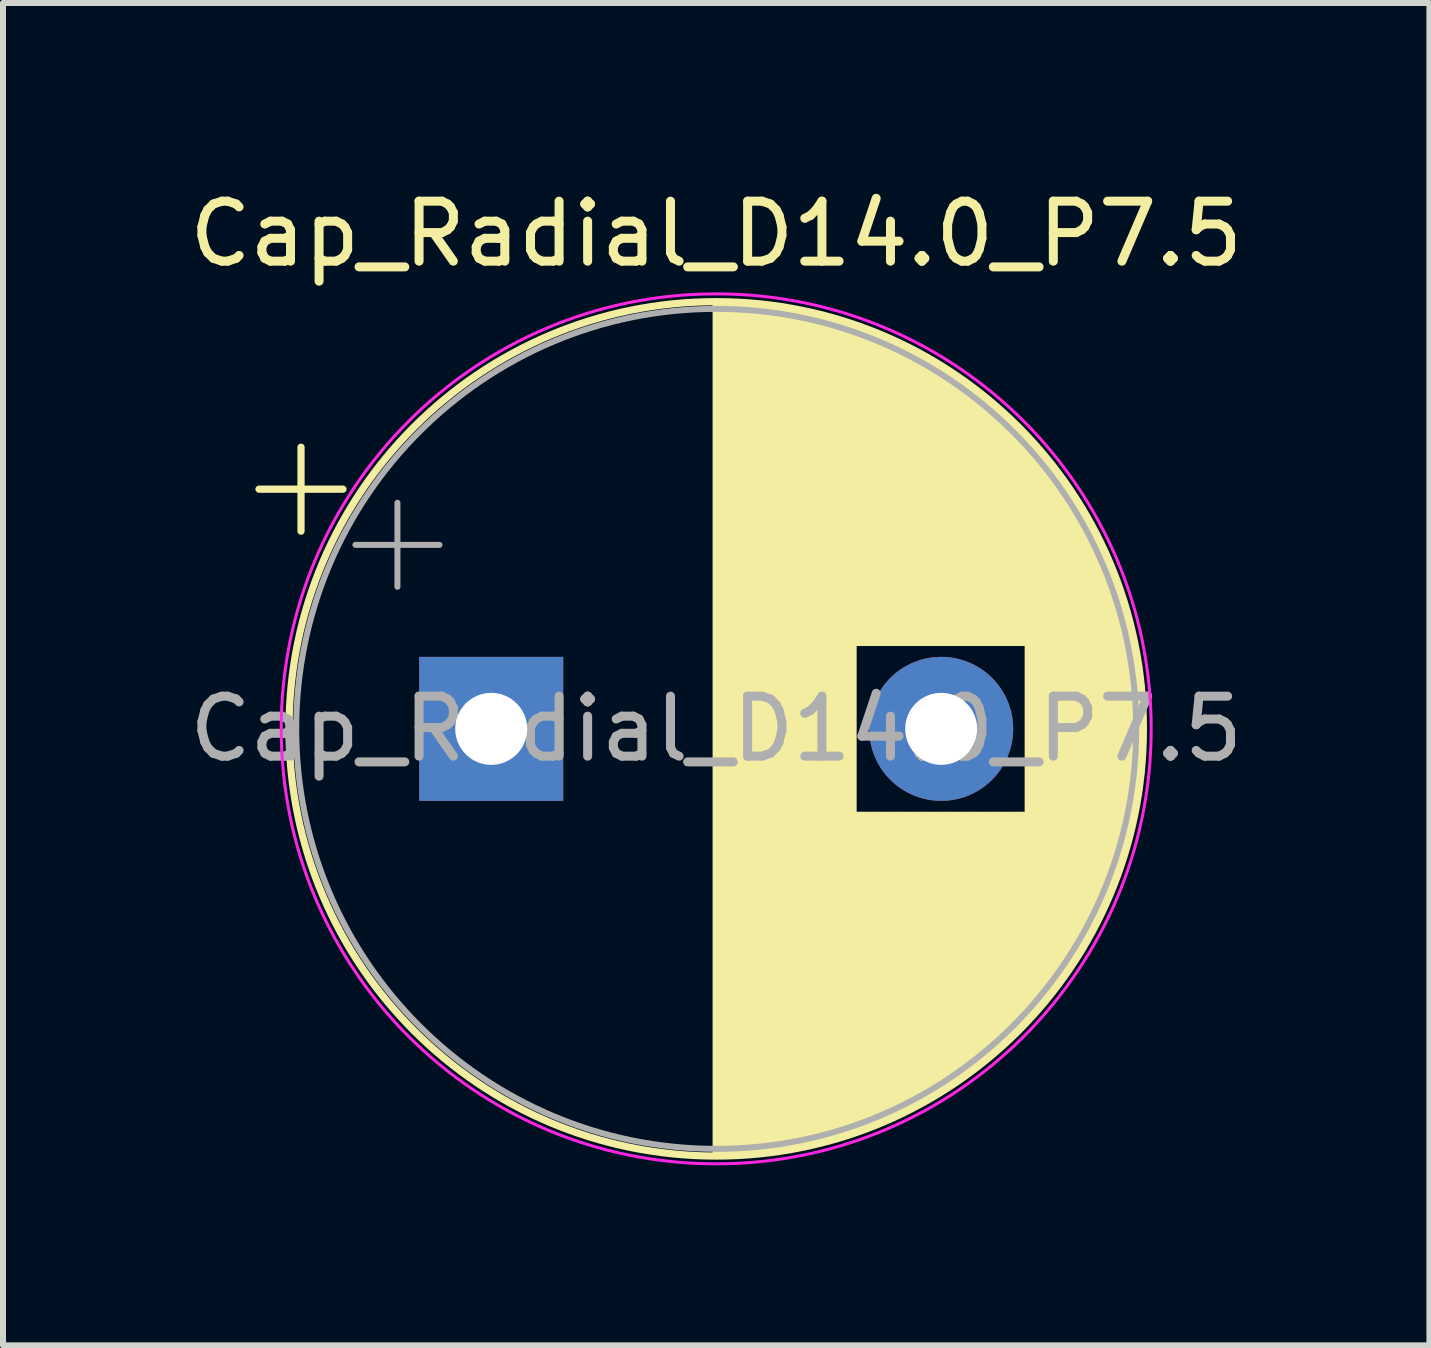
<source format=kicad_pcb>
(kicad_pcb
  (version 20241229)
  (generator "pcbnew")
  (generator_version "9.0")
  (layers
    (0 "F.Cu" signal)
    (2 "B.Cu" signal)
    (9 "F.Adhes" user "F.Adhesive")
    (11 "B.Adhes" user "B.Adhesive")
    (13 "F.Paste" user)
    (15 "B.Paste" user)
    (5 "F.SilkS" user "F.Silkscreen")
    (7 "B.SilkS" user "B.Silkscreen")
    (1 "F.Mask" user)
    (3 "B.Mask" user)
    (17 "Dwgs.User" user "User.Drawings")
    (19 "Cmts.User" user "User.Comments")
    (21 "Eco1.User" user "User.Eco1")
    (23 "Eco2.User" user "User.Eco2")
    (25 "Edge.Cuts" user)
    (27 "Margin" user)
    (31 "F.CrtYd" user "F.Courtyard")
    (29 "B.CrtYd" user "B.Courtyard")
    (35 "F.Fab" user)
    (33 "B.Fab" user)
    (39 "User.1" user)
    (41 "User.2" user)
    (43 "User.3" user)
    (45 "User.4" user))
  (footprint "Cap_Radial_D14.0_P7.5"
    (layer "F.Cu")
    (at 5.137 9.098)
    (property "Reference" "Cap_Radial_D14.0_P7.5" (at 3.75 -8.25 0) (layer "F.SilkS") (effects (font (size 1 1) (thickness 0.15))))
    (fp_line (start -3.87 -3.995) (end -2.47 -3.995) (stroke (width 0.12) (type solid)) (layer "F.SilkS"))
    (fp_line (start -3.17 -4.695) (end -3.17 -3.295) (stroke (width 0.12) (type solid)) (layer "F.SilkS"))
    (fp_line (start 3.75 -7.08) (end 3.75 7.08) (stroke (width 0.12) (type solid)) (layer "F.SilkS"))
    (fp_line (start 3.79 -7.08) (end 3.79 7.08) (stroke (width 0.12) (type solid)) (layer "F.SilkS"))
    (fp_line (start 3.83 -7.08) (end 3.83 7.08) (stroke (width 0.12) (type solid)) (layer "F.SilkS"))
    (fp_line (start 3.87 -7.079) (end 3.87 7.079) (stroke (width 0.12) (type solid)) (layer "F.SilkS"))
    (fp_line (start 3.91 -7.079) (end 3.91 7.079) (stroke (width 0.12) (type solid)) (layer "F.SilkS"))
    (fp_line (start 3.95 -7.078) (end 3.95 7.078) (stroke (width 0.12) (type solid)) (layer "F.SilkS"))
    (fp_line (start 3.99 -7.076) (end 3.99 7.076) (stroke (width 0.12) (type solid)) (layer "F.SilkS"))
    (fp_line (start 4.03 -7.075) (end 4.03 7.075) (stroke (width 0.12) (type solid)) (layer "F.SilkS"))
    (fp_line (start 4.07 -7.073) (end 4.07 7.073) (stroke (width 0.12) (type solid)) (layer "F.SilkS"))
    (fp_line (start 4.11 -7.071) (end 4.11 7.071) (stroke (width 0.12) (type solid)) (layer "F.SilkS"))
    (fp_line (start 4.15 -7.069) (end 4.15 7.069) (stroke (width 0.12) (type solid)) (layer "F.SilkS"))
    (fp_line (start 4.19 -7.067) (end 4.19 7.067) (stroke (width 0.12) (type solid)) (layer "F.SilkS"))
    (fp_line (start 4.23 -7.064) (end 4.23 7.064) (stroke (width 0.12) (type solid)) (layer "F.SilkS"))
    (fp_line (start 4.27 -7.061) (end 4.27 7.061) (stroke (width 0.12) (type solid)) (layer "F.SilkS"))
    (fp_line (start 4.31 -7.058) (end 4.31 7.058) (stroke (width 0.12) (type solid)) (layer "F.SilkS"))
    (fp_line (start 4.35 -7.055) (end 4.35 7.055) (stroke (width 0.12) (type solid)) (layer "F.SilkS"))
    (fp_line (start 4.39 -7.052) (end 4.39 7.052) (stroke (width 0.12) (type solid)) (layer "F.SilkS"))
    (fp_line (start 4.43 -7.048) (end 4.43 7.048) (stroke (width 0.12) (type solid)) (layer "F.SilkS"))
    (fp_line (start 4.471 -7.044) (end 4.471 7.044) (stroke (width 0.12) (type solid)) (layer "F.SilkS"))
    (fp_line (start 4.511 -7.04) (end 4.511 7.04) (stroke (width 0.12) (type solid)) (layer "F.SilkS"))
    (fp_line (start 4.551 -7.035) (end 4.551 7.035) (stroke (width 0.12) (type solid)) (layer "F.SilkS"))
    (fp_line (start 4.591 -7.031) (end 4.591 7.031) (stroke (width 0.12) (type solid)) (layer "F.SilkS"))
    (fp_line (start 4.631 -7.026) (end 4.631 7.026) (stroke (width 0.12) (type solid)) (layer "F.SilkS"))
    (fp_line (start 4.671 -7.021) (end 4.671 7.021) (stroke (width 0.12) (type solid)) (layer "F.SilkS"))
    (fp_line (start 4.711 -7.015) (end 4.711 7.015) (stroke (width 0.12) (type solid)) (layer "F.SilkS"))
    (fp_line (start 4.751 -7.01) (end 4.751 7.01) (stroke (width 0.12) (type solid)) (layer "F.SilkS"))
    (fp_line (start 4.791 -7.004) (end 4.791 7.004) (stroke (width 0.12) (type solid)) (layer "F.SilkS"))
    (fp_line (start 4.831 -6.998) (end 4.831 6.998) (stroke (width 0.12) (type solid)) (layer "F.SilkS"))
    (fp_line (start 4.871 -6.992) (end 4.871 6.992) (stroke (width 0.12) (type solid)) (layer "F.SilkS"))
    (fp_line (start 4.911 -6.985) (end 4.911 6.985) (stroke (width 0.12) (type solid)) (layer "F.SilkS"))
    (fp_line (start 4.951 -6.979) (end 4.951 6.979) (stroke (width 0.12) (type solid)) (layer "F.SilkS"))
    (fp_line (start 4.991 -6.972) (end 4.991 6.972) (stroke (width 0.12) (type solid)) (layer "F.SilkS"))
    (fp_line (start 5.031 -6.964) (end 5.031 6.964) (stroke (width 0.12) (type solid)) (layer "F.SilkS"))
    (fp_line (start 5.071 -6.957) (end 5.071 6.957) (stroke (width 0.12) (type solid)) (layer "F.SilkS"))
    (fp_line (start 5.111 -6.949) (end 5.111 6.949) (stroke (width 0.12) (type solid)) (layer "F.SilkS"))
    (fp_line (start 5.151 -6.942) (end 5.151 6.942) (stroke (width 0.12) (type solid)) (layer "F.SilkS"))
    (fp_line (start 5.191 -6.933) (end 5.191 6.933) (stroke (width 0.12) (type solid)) (layer "F.SilkS"))
    (fp_line (start 5.231 -6.925) (end 5.231 6.925) (stroke (width 0.12) (type solid)) (layer "F.SilkS"))
    (fp_line (start 5.271 -6.916) (end 5.271 6.916) (stroke (width 0.12) (type solid)) (layer "F.SilkS"))
    (fp_line (start 5.311 -6.907) (end 5.311 6.907) (stroke (width 0.12) (type solid)) (layer "F.SilkS"))
    (fp_line (start 5.351 -6.898) (end 5.351 6.898) (stroke (width 0.12) (type solid)) (layer "F.SilkS"))
    (fp_line (start 5.391 -6.889) (end 5.391 6.889) (stroke (width 0.12) (type solid)) (layer "F.SilkS"))
    (fp_line (start 5.431 -6.879) (end 5.431 6.879) (stroke (width 0.12) (type solid)) (layer "F.SilkS"))
    (fp_line (start 5.471 -6.87) (end 5.471 6.87) (stroke (width 0.12) (type solid)) (layer "F.SilkS"))
    (fp_line (start 5.511 -6.86) (end 5.511 6.86) (stroke (width 0.12) (type solid)) (layer "F.SilkS"))
    (fp_line (start 5.551 -6.849) (end 5.551 6.849) (stroke (width 0.12) (type solid)) (layer "F.SilkS"))
    (fp_line (start 5.591 -6.839) (end 5.591 6.839) (stroke (width 0.12) (type solid)) (layer "F.SilkS"))
    (fp_line (start 5.631 -6.828) (end 5.631 6.828) (stroke (width 0.12) (type solid)) (layer "F.SilkS"))
    (fp_line (start 5.671 -6.817) (end 5.671 6.817) (stroke (width 0.12) (type solid)) (layer "F.SilkS"))
    (fp_line (start 5.711 -6.805) (end 5.711 6.805) (stroke (width 0.12) (type solid)) (layer "F.SilkS"))
    (fp_line (start 5.751 -6.794) (end 5.751 6.794) (stroke (width 0.12) (type solid)) (layer "F.SilkS"))
    (fp_line (start 5.791 -6.782) (end 5.791 6.782) (stroke (width 0.12) (type solid)) (layer "F.SilkS"))
    (fp_line (start 5.831 -6.77) (end 5.831 6.77) (stroke (width 0.12) (type solid)) (layer "F.SilkS"))
    (fp_line (start 5.871 -6.758) (end 5.871 6.758) (stroke (width 0.12) (type solid)) (layer "F.SilkS"))
    (fp_line (start 5.911 -6.745) (end 5.911 6.745) (stroke (width 0.12) (type solid)) (layer "F.SilkS"))
    (fp_line (start 5.951 -6.732) (end 5.951 6.732) (stroke (width 0.12) (type solid)) (layer "F.SilkS"))
    (fp_line (start 5.991 -6.719) (end 5.991 6.719) (stroke (width 0.12) (type solid)) (layer "F.SilkS"))
    (fp_line (start 6.031 -6.706) (end 6.031 6.706) (stroke (width 0.12) (type solid)) (layer "F.SilkS"))
    (fp_line (start 6.071 -6.692) (end 6.071 -1.44) (stroke (width 0.12) (type solid)) (layer "F.SilkS"))
    (fp_line (start 6.071 1.44) (end 6.071 6.692) (stroke (width 0.12) (type solid)) (layer "F.SilkS"))
    (fp_line (start 6.111 -6.678) (end 6.111 -1.44) (stroke (width 0.12) (type solid)) (layer "F.SilkS"))
    (fp_line (start 6.111 1.44) (end 6.111 6.678) (stroke (width 0.12) (type solid)) (layer "F.SilkS"))
    (fp_line (start 6.151 -6.664) (end 6.151 -1.44) (stroke (width 0.12) (type solid)) (layer "F.SilkS"))
    (fp_line (start 6.151 1.44) (end 6.151 6.664) (stroke (width 0.12) (type solid)) (layer "F.SilkS"))
    (fp_line (start 6.191 -6.649) (end 6.191 -1.44) (stroke (width 0.12) (type solid)) (layer "F.SilkS"))
    (fp_line (start 6.191 1.44) (end 6.191 6.649) (stroke (width 0.12) (type solid)) (layer "F.SilkS"))
    (fp_line (start 6.231 -6.635) (end 6.231 -1.44) (stroke (width 0.12) (type solid)) (layer "F.SilkS"))
    (fp_line (start 6.231 1.44) (end 6.231 6.635) (stroke (width 0.12) (type solid)) (layer "F.SilkS"))
    (fp_line (start 6.271 -6.62) (end 6.271 -1.44) (stroke (width 0.12) (type solid)) (layer "F.SilkS"))
    (fp_line (start 6.271 1.44) (end 6.271 6.62) (stroke (width 0.12) (type solid)) (layer "F.SilkS"))
    (fp_line (start 6.311 -6.604) (end 6.311 -1.44) (stroke (width 0.12) (type solid)) (layer "F.SilkS"))
    (fp_line (start 6.311 1.44) (end 6.311 6.604) (stroke (width 0.12) (type solid)) (layer "F.SilkS"))
    (fp_line (start 6.351 -6.589) (end 6.351 -1.44) (stroke (width 0.12) (type solid)) (layer "F.SilkS"))
    (fp_line (start 6.351 1.44) (end 6.351 6.589) (stroke (width 0.12) (type solid)) (layer "F.SilkS"))
    (fp_line (start 6.391 -6.573) (end 6.391 -1.44) (stroke (width 0.12) (type solid)) (layer "F.SilkS"))
    (fp_line (start 6.391 1.44) (end 6.391 6.573) (stroke (width 0.12) (type solid)) (layer "F.SilkS"))
    (fp_line (start 6.431 -6.557) (end 6.431 -1.44) (stroke (width 0.12) (type solid)) (layer "F.SilkS"))
    (fp_line (start 6.431 1.44) (end 6.431 6.557) (stroke (width 0.12) (type solid)) (layer "F.SilkS"))
    (fp_line (start 6.471 -6.54) (end 6.471 -1.44) (stroke (width 0.12) (type solid)) (layer "F.SilkS"))
    (fp_line (start 6.471 1.44) (end 6.471 6.54) (stroke (width 0.12) (type solid)) (layer "F.SilkS"))
    (fp_line (start 6.511 -6.524) (end 6.511 -1.44) (stroke (width 0.12) (type solid)) (layer "F.SilkS"))
    (fp_line (start 6.511 1.44) (end 6.511 6.524) (stroke (width 0.12) (type solid)) (layer "F.SilkS"))
    (fp_line (start 6.551 -6.507) (end 6.551 -1.44) (stroke (width 0.12) (type solid)) (layer "F.SilkS"))
    (fp_line (start 6.551 1.44) (end 6.551 6.507) (stroke (width 0.12) (type solid)) (layer "F.SilkS"))
    (fp_line (start 6.591 -6.49) (end 6.591 -1.44) (stroke (width 0.12) (type solid)) (layer "F.SilkS"))
    (fp_line (start 6.591 1.44) (end 6.591 6.49) (stroke (width 0.12) (type solid)) (layer "F.SilkS"))
    (fp_line (start 6.631 -6.472) (end 6.631 -1.44) (stroke (width 0.12) (type solid)) (layer "F.SilkS"))
    (fp_line (start 6.631 1.44) (end 6.631 6.472) (stroke (width 0.12) (type solid)) (layer "F.SilkS"))
    (fp_line (start 6.671 -6.454) (end 6.671 -1.44) (stroke (width 0.12) (type solid)) (layer "F.SilkS"))
    (fp_line (start 6.671 1.44) (end 6.671 6.454) (stroke (width 0.12) (type solid)) (layer "F.SilkS"))
    (fp_line (start 6.711 -6.436) (end 6.711 -1.44) (stroke (width 0.12) (type solid)) (layer "F.SilkS"))
    (fp_line (start 6.711 1.44) (end 6.711 6.436) (stroke (width 0.12) (type solid)) (layer "F.SilkS"))
    (fp_line (start 6.751 -6.418) (end 6.751 -1.44) (stroke (width 0.12) (type solid)) (layer "F.SilkS"))
    (fp_line (start 6.751 1.44) (end 6.751 6.418) (stroke (width 0.12) (type solid)) (layer "F.SilkS"))
    (fp_line (start 6.791 -6.399) (end 6.791 -1.44) (stroke (width 0.12) (type solid)) (layer "F.SilkS"))
    (fp_line (start 6.791 1.44) (end 6.791 6.399) (stroke (width 0.12) (type solid)) (layer "F.SilkS"))
    (fp_line (start 6.831 -6.38) (end 6.831 -1.44) (stroke (width 0.12) (type solid)) (layer "F.SilkS"))
    (fp_line (start 6.831 1.44) (end 6.831 6.38) (stroke (width 0.12) (type solid)) (layer "F.SilkS"))
    (fp_line (start 6.871 -6.36) (end 6.871 -1.44) (stroke (width 0.12) (type solid)) (layer "F.SilkS"))
    (fp_line (start 6.871 1.44) (end 6.871 6.36) (stroke (width 0.12) (type solid)) (layer "F.SilkS"))
    (fp_line (start 6.911 -6.341) (end 6.911 -1.44) (stroke (width 0.12) (type solid)) (layer "F.SilkS"))
    (fp_line (start 6.911 1.44) (end 6.911 6.341) (stroke (width 0.12) (type solid)) (layer "F.SilkS"))
    (fp_line (start 6.951 -6.321) (end 6.951 -1.44) (stroke (width 0.12) (type solid)) (layer "F.SilkS"))
    (fp_line (start 6.951 1.44) (end 6.951 6.321) (stroke (width 0.12) (type solid)) (layer "F.SilkS"))
    (fp_line (start 6.991 -6.301) (end 6.991 -1.44) (stroke (width 0.12) (type solid)) (layer "F.SilkS"))
    (fp_line (start 6.991 1.44) (end 6.991 6.301) (stroke (width 0.12) (type solid)) (layer "F.SilkS"))
    (fp_line (start 7.031 -6.28) (end 7.031 -1.44) (stroke (width 0.12) (type solid)) (layer "F.SilkS"))
    (fp_line (start 7.031 1.44) (end 7.031 6.28) (stroke (width 0.12) (type solid)) (layer "F.SilkS"))
    (fp_line (start 7.071 -6.259) (end 7.071 -1.44) (stroke (width 0.12) (type solid)) (layer "F.SilkS"))
    (fp_line (start 7.071 1.44) (end 7.071 6.259) (stroke (width 0.12) (type solid)) (layer "F.SilkS"))
    (fp_line (start 7.111 -6.238) (end 7.111 -1.44) (stroke (width 0.12) (type solid)) (layer "F.SilkS"))
    (fp_line (start 7.111 1.44) (end 7.111 6.238) (stroke (width 0.12) (type solid)) (layer "F.SilkS"))
    (fp_line (start 7.151 -6.216) (end 7.151 -1.44) (stroke (width 0.12) (type solid)) (layer "F.SilkS"))
    (fp_line (start 7.151 1.44) (end 7.151 6.216) (stroke (width 0.12) (type solid)) (layer "F.SilkS"))
    (fp_line (start 7.191 -6.194) (end 7.191 -1.44) (stroke (width 0.12) (type solid)) (layer "F.SilkS"))
    (fp_line (start 7.191 1.44) (end 7.191 6.194) (stroke (width 0.12) (type solid)) (layer "F.SilkS"))
    (fp_line (start 7.231 -6.172) (end 7.231 -1.44) (stroke (width 0.12) (type solid)) (layer "F.SilkS"))
    (fp_line (start 7.231 1.44) (end 7.231 6.172) (stroke (width 0.12) (type solid)) (layer "F.SilkS"))
    (fp_line (start 7.271 -6.15) (end 7.271 -1.44) (stroke (width 0.12) (type solid)) (layer "F.SilkS"))
    (fp_line (start 7.271 1.44) (end 7.271 6.15) (stroke (width 0.12) (type solid)) (layer "F.SilkS"))
    (fp_line (start 7.311 -6.127) (end 7.311 -1.44) (stroke (width 0.12) (type solid)) (layer "F.SilkS"))
    (fp_line (start 7.311 1.44) (end 7.311 6.127) (stroke (width 0.12) (type solid)) (layer "F.SilkS"))
    (fp_line (start 7.351 -6.103) (end 7.351 -1.44) (stroke (width 0.12) (type solid)) (layer "F.SilkS"))
    (fp_line (start 7.351 1.44) (end 7.351 6.103) (stroke (width 0.12) (type solid)) (layer "F.SilkS"))
    (fp_line (start 7.391 -6.08) (end 7.391 -1.44) (stroke (width 0.12) (type solid)) (layer "F.SilkS"))
    (fp_line (start 7.391 1.44) (end 7.391 6.08) (stroke (width 0.12) (type solid)) (layer "F.SilkS"))
    (fp_line (start 7.431 -6.056) (end 7.431 -1.44) (stroke (width 0.12) (type solid)) (layer "F.SilkS"))
    (fp_line (start 7.431 1.44) (end 7.431 6.056) (stroke (width 0.12) (type solid)) (layer "F.SilkS"))
    (fp_line (start 7.471 -6.031) (end 7.471 -1.44) (stroke (width 0.12) (type solid)) (layer "F.SilkS"))
    (fp_line (start 7.471 1.44) (end 7.471 6.031) (stroke (width 0.12) (type solid)) (layer "F.SilkS"))
    (fp_line (start 7.511 -6.007) (end 7.511 -1.44) (stroke (width 0.12) (type solid)) (layer "F.SilkS"))
    (fp_line (start 7.511 1.44) (end 7.511 6.007) (stroke (width 0.12) (type solid)) (layer "F.SilkS"))
    (fp_line (start 7.551 -5.982) (end 7.551 -1.44) (stroke (width 0.12) (type solid)) (layer "F.SilkS"))
    (fp_line (start 7.551 1.44) (end 7.551 5.982) (stroke (width 0.12) (type solid)) (layer "F.SilkS"))
    (fp_line (start 7.591 -5.956) (end 7.591 -1.44) (stroke (width 0.12) (type solid)) (layer "F.SilkS"))
    (fp_line (start 7.591 1.44) (end 7.591 5.956) (stroke (width 0.12) (type solid)) (layer "F.SilkS"))
    (fp_line (start 7.631 -5.93) (end 7.631 -1.44) (stroke (width 0.12) (type solid)) (layer "F.SilkS"))
    (fp_line (start 7.631 1.44) (end 7.631 5.93) (stroke (width 0.12) (type solid)) (layer "F.SilkS"))
    (fp_line (start 7.671 -5.904) (end 7.671 -1.44) (stroke (width 0.12) (type solid)) (layer "F.SilkS"))
    (fp_line (start 7.671 1.44) (end 7.671 5.904) (stroke (width 0.12) (type solid)) (layer "F.SilkS"))
    (fp_line (start 7.711 -5.878) (end 7.711 -1.44) (stroke (width 0.12) (type solid)) (layer "F.SilkS"))
    (fp_line (start 7.711 1.44) (end 7.711 5.878) (stroke (width 0.12) (type solid)) (layer "F.SilkS"))
    (fp_line (start 7.751 -5.851) (end 7.751 -1.44) (stroke (width 0.12) (type solid)) (layer "F.SilkS"))
    (fp_line (start 7.751 1.44) (end 7.751 5.851) (stroke (width 0.12) (type solid)) (layer "F.SilkS"))
    (fp_line (start 7.791 -5.823) (end 7.791 -1.44) (stroke (width 0.12) (type solid)) (layer "F.SilkS"))
    (fp_line (start 7.791 1.44) (end 7.791 5.823) (stroke (width 0.12) (type solid)) (layer "F.SilkS"))
    (fp_line (start 7.831 -5.796) (end 7.831 -1.44) (stroke (width 0.12) (type solid)) (layer "F.SilkS"))
    (fp_line (start 7.831 1.44) (end 7.831 5.796) (stroke (width 0.12) (type solid)) (layer "F.SilkS"))
    (fp_line (start 7.871 -5.767) (end 7.871 -1.44) (stroke (width 0.12) (type solid)) (layer "F.SilkS"))
    (fp_line (start 7.871 1.44) (end 7.871 5.767) (stroke (width 0.12) (type solid)) (layer "F.SilkS"))
    (fp_line (start 7.911 -5.739) (end 7.911 -1.44) (stroke (width 0.12) (type solid)) (layer "F.SilkS"))
    (fp_line (start 7.911 1.44) (end 7.911 5.739) (stroke (width 0.12) (type solid)) (layer "F.SilkS"))
    (fp_line (start 7.951 -5.71) (end 7.951 -1.44) (stroke (width 0.12) (type solid)) (layer "F.SilkS"))
    (fp_line (start 7.951 1.44) (end 7.951 5.71) (stroke (width 0.12) (type solid)) (layer "F.SilkS"))
    (fp_line (start 7.991 -5.68) (end 7.991 -1.44) (stroke (width 0.12) (type solid)) (layer "F.SilkS"))
    (fp_line (start 7.991 1.44) (end 7.991 5.68) (stroke (width 0.12) (type solid)) (layer "F.SilkS"))
    (fp_line (start 8.031 -5.65) (end 8.031 -1.44) (stroke (width 0.12) (type solid)) (layer "F.SilkS"))
    (fp_line (start 8.031 1.44) (end 8.031 5.65) (stroke (width 0.12) (type solid)) (layer "F.SilkS"))
    (fp_line (start 8.071 -5.62) (end 8.071 -1.44) (stroke (width 0.12) (type solid)) (layer "F.SilkS"))
    (fp_line (start 8.071 1.44) (end 8.071 5.62) (stroke (width 0.12) (type solid)) (layer "F.SilkS"))
    (fp_line (start 8.111 -5.589) (end 8.111 -1.44) (stroke (width 0.12) (type solid)) (layer "F.SilkS"))
    (fp_line (start 8.111 1.44) (end 8.111 5.589) (stroke (width 0.12) (type solid)) (layer "F.SilkS"))
    (fp_line (start 8.151 -5.558) (end 8.151 -1.44) (stroke (width 0.12) (type solid)) (layer "F.SilkS"))
    (fp_line (start 8.151 1.44) (end 8.151 5.558) (stroke (width 0.12) (type solid)) (layer "F.SilkS"))
    (fp_line (start 8.191 -5.527) (end 8.191 -1.44) (stroke (width 0.12) (type solid)) (layer "F.SilkS"))
    (fp_line (start 8.191 1.44) (end 8.191 5.527) (stroke (width 0.12) (type solid)) (layer "F.SilkS"))
    (fp_line (start 8.231 -5.494) (end 8.231 -1.44) (stroke (width 0.12) (type solid)) (layer "F.SilkS"))
    (fp_line (start 8.231 1.44) (end 8.231 5.494) (stroke (width 0.12) (type solid)) (layer "F.SilkS"))
    (fp_line (start 8.271 -5.462) (end 8.271 -1.44) (stroke (width 0.12) (type solid)) (layer "F.SilkS"))
    (fp_line (start 8.271 1.44) (end 8.271 5.462) (stroke (width 0.12) (type solid)) (layer "F.SilkS"))
    (fp_line (start 8.311 -5.429) (end 8.311 -1.44) (stroke (width 0.12) (type solid)) (layer "F.SilkS"))
    (fp_line (start 8.311 1.44) (end 8.311 5.429) (stroke (width 0.12) (type solid)) (layer "F.SilkS"))
    (fp_line (start 8.351 -5.395) (end 8.351 -1.44) (stroke (width 0.12) (type solid)) (layer "F.SilkS"))
    (fp_line (start 8.351 1.44) (end 8.351 5.395) (stroke (width 0.12) (type solid)) (layer "F.SilkS"))
    (fp_line (start 8.391 -5.361) (end 8.391 -1.44) (stroke (width 0.12) (type solid)) (layer "F.SilkS"))
    (fp_line (start 8.391 1.44) (end 8.391 5.361) (stroke (width 0.12) (type solid)) (layer "F.SilkS"))
    (fp_line (start 8.431 -5.326) (end 8.431 -1.44) (stroke (width 0.12) (type solid)) (layer "F.SilkS"))
    (fp_line (start 8.431 1.44) (end 8.431 5.326) (stroke (width 0.12) (type solid)) (layer "F.SilkS"))
    (fp_line (start 8.471 -5.291) (end 8.471 -1.44) (stroke (width 0.12) (type solid)) (layer "F.SilkS"))
    (fp_line (start 8.471 1.44) (end 8.471 5.291) (stroke (width 0.12) (type solid)) (layer "F.SilkS"))
    (fp_line (start 8.511 -5.255) (end 8.511 -1.44) (stroke (width 0.12) (type solid)) (layer "F.SilkS"))
    (fp_line (start 8.511 1.44) (end 8.511 5.255) (stroke (width 0.12) (type solid)) (layer "F.SilkS"))
    (fp_line (start 8.551 -5.219) (end 8.551 -1.44) (stroke (width 0.12) (type solid)) (layer "F.SilkS"))
    (fp_line (start 8.551 1.44) (end 8.551 5.219) (stroke (width 0.12) (type solid)) (layer "F.SilkS"))
    (fp_line (start 8.591 -5.182) (end 8.591 -1.44) (stroke (width 0.12) (type solid)) (layer "F.SilkS"))
    (fp_line (start 8.591 1.44) (end 8.591 5.182) (stroke (width 0.12) (type solid)) (layer "F.SilkS"))
    (fp_line (start 8.631 -5.145) (end 8.631 -1.44) (stroke (width 0.12) (type solid)) (layer "F.SilkS"))
    (fp_line (start 8.631 1.44) (end 8.631 5.145) (stroke (width 0.12) (type solid)) (layer "F.SilkS"))
    (fp_line (start 8.671 -5.107) (end 8.671 -1.44) (stroke (width 0.12) (type solid)) (layer "F.SilkS"))
    (fp_line (start 8.671 1.44) (end 8.671 5.107) (stroke (width 0.12) (type solid)) (layer "F.SilkS"))
    (fp_line (start 8.711 -5.069) (end 8.711 -1.44) (stroke (width 0.12) (type solid)) (layer "F.SilkS"))
    (fp_line (start 8.711 1.44) (end 8.711 5.069) (stroke (width 0.12) (type solid)) (layer "F.SilkS"))
    (fp_line (start 8.751 -5.029) (end 8.751 -1.44) (stroke (width 0.12) (type solid)) (layer "F.SilkS"))
    (fp_line (start 8.751 1.44) (end 8.751 5.029) (stroke (width 0.12) (type solid)) (layer "F.SilkS"))
    (fp_line (start 8.791 -4.99) (end 8.791 -1.44) (stroke (width 0.12) (type solid)) (layer "F.SilkS"))
    (fp_line (start 8.791 1.44) (end 8.791 4.99) (stroke (width 0.12) (type solid)) (layer "F.SilkS"))
    (fp_line (start 8.831 -4.949) (end 8.831 -1.44) (stroke (width 0.12) (type solid)) (layer "F.SilkS"))
    (fp_line (start 8.831 1.44) (end 8.831 4.949) (stroke (width 0.12) (type solid)) (layer "F.SilkS"))
    (fp_line (start 8.871 -4.908) (end 8.871 -1.44) (stroke (width 0.12) (type solid)) (layer "F.SilkS"))
    (fp_line (start 8.871 1.44) (end 8.871 4.908) (stroke (width 0.12) (type solid)) (layer "F.SilkS"))
    (fp_line (start 8.911 -4.866) (end 8.911 -1.44) (stroke (width 0.12) (type solid)) (layer "F.SilkS"))
    (fp_line (start 8.911 1.44) (end 8.911 4.866) (stroke (width 0.12) (type solid)) (layer "F.SilkS"))
    (fp_line (start 8.951 -4.824) (end 8.951 4.824) (stroke (width 0.12) (type solid)) (layer "F.SilkS"))
    (fp_line (start 8.991 -4.781) (end 8.991 4.781) (stroke (width 0.12) (type solid)) (layer "F.SilkS"))
    (fp_line (start 9.031 -4.737) (end 9.031 4.737) (stroke (width 0.12) (type solid)) (layer "F.SilkS"))
    (fp_line (start 9.071 -4.693) (end 9.071 4.693) (stroke (width 0.12) (type solid)) (layer "F.SilkS"))
    (fp_line (start 9.111 -4.647) (end 9.111 4.647) (stroke (width 0.12) (type solid)) (layer "F.SilkS"))
    (fp_line (start 9.151 -4.601) (end 9.151 4.601) (stroke (width 0.12) (type solid)) (layer "F.SilkS"))
    (fp_line (start 9.191 -4.554) (end 9.191 4.554) (stroke (width 0.12) (type solid)) (layer "F.SilkS"))
    (fp_line (start 9.231 -4.506) (end 9.231 4.506) (stroke (width 0.12) (type solid)) (layer "F.SilkS"))
    (fp_line (start 9.271 -4.458) (end 9.271 4.458) (stroke (width 0.12) (type solid)) (layer "F.SilkS"))
    (fp_line (start 9.311 -4.408) (end 9.311 4.408) (stroke (width 0.12) (type solid)) (layer "F.SilkS"))
    (fp_line (start 9.351 -4.358) (end 9.351 4.358) (stroke (width 0.12) (type solid)) (layer "F.SilkS"))
    (fp_line (start 9.391 -4.306) (end 9.391 4.306) (stroke (width 0.12) (type solid)) (layer "F.SilkS"))
    (fp_line (start 9.431 -4.254) (end 9.431 4.254) (stroke (width 0.12) (type solid)) (layer "F.SilkS"))
    (fp_line (start 9.471 -4.2) (end 9.471 4.2) (stroke (width 0.12) (type solid)) (layer "F.SilkS"))
    (fp_line (start 9.511 -4.146) (end 9.511 4.146) (stroke (width 0.12) (type solid)) (layer "F.SilkS"))
    (fp_line (start 9.551 -4.09) (end 9.551 4.09) (stroke (width 0.12) (type solid)) (layer "F.SilkS"))
    (fp_line (start 9.591 -4.033) (end 9.591 4.033) (stroke (width 0.12) (type solid)) (layer "F.SilkS"))
    (fp_line (start 9.631 -3.975) (end 9.631 3.975) (stroke (width 0.12) (type solid)) (layer "F.SilkS"))
    (fp_line (start 9.671 -3.916) (end 9.671 3.916) (stroke (width 0.12) (type solid)) (layer "F.SilkS"))
    (fp_line (start 9.711 -3.856) (end 9.711 3.856) (stroke (width 0.12) (type solid)) (layer "F.SilkS"))
    (fp_line (start 9.751 -3.794) (end 9.751 3.794) (stroke (width 0.12) (type solid)) (layer "F.SilkS"))
    (fp_line (start 9.791 -3.73) (end 9.791 3.73) (stroke (width 0.12) (type solid)) (layer "F.SilkS"))
    (fp_line (start 9.831 -3.666) (end 9.831 3.666) (stroke (width 0.12) (type solid)) (layer "F.SilkS"))
    (fp_line (start 9.871 -3.599) (end 9.871 3.599) (stroke (width 0.12) (type solid)) (layer "F.SilkS"))
    (fp_line (start 9.911 -3.531) (end 9.911 3.531) (stroke (width 0.12) (type solid)) (layer "F.SilkS"))
    (fp_line (start 9.951 -3.461) (end 9.951 3.461) (stroke (width 0.12) (type solid)) (layer "F.SilkS"))
    (fp_line (start 9.991 -3.389) (end 9.991 3.389) (stroke (width 0.12) (type solid)) (layer "F.SilkS"))
    (fp_line (start 10.031 -3.315) (end 10.031 3.315) (stroke (width 0.12) (type solid)) (layer "F.SilkS"))
    (fp_line (start 10.071 -3.24) (end 10.071 3.24) (stroke (width 0.12) (type solid)) (layer "F.SilkS"))
    (fp_line (start 10.111 -3.161) (end 10.111 3.161) (stroke (width 0.12) (type solid)) (layer "F.SilkS"))
    (fp_line (start 10.151 -3.08) (end 10.151 3.08) (stroke (width 0.12) (type solid)) (layer "F.SilkS"))
    (fp_line (start 10.191 -2.997) (end 10.191 2.997) (stroke (width 0.12) (type solid)) (layer "F.SilkS"))
    (fp_line (start 10.231 -2.911) (end 10.231 2.911) (stroke (width 0.12) (type solid)) (layer "F.SilkS"))
    (fp_line (start 10.271 -2.821) (end 10.271 2.821) (stroke (width 0.12) (type solid)) (layer "F.SilkS"))
    (fp_line (start 10.311 -2.728) (end 10.311 2.728) (stroke (width 0.12) (type solid)) (layer "F.SilkS"))
    (fp_line (start 10.351 -2.632) (end 10.351 2.632) (stroke (width 0.12) (type solid)) (layer "F.SilkS"))
    (fp_line (start 10.391 -2.53) (end 10.391 2.53) (stroke (width 0.12) (type solid)) (layer "F.SilkS"))
    (fp_line (start 10.431 -2.425) (end 10.431 2.425) (stroke (width 0.12) (type solid)) (layer "F.SilkS"))
    (fp_line (start 10.471 -2.313) (end 10.471 2.313) (stroke (width 0.12) (type solid)) (layer "F.SilkS"))
    (fp_line (start 10.511 -2.196) (end 10.511 2.196) (stroke (width 0.12) (type solid)) (layer "F.SilkS"))
    (fp_line (start 10.551 -2.071) (end 10.551 2.071) (stroke (width 0.12) (type solid)) (layer "F.SilkS"))
    (fp_line (start 10.591 -1.938) (end 10.591 1.938) (stroke (width 0.12) (type solid)) (layer "F.SilkS"))
    (fp_line (start 10.631 -1.794) (end 10.631 1.794) (stroke (width 0.12) (type solid)) (layer "F.SilkS"))
    (fp_line (start 10.671 -1.636) (end 10.671 1.636) (stroke (width 0.12) (type solid)) (layer "F.SilkS"))
    (fp_line (start 10.711 -1.461) (end 10.711 1.461) (stroke (width 0.12) (type solid)) (layer "F.SilkS"))
    (fp_line (start 10.751 -1.262) (end 10.751 1.262) (stroke (width 0.12) (type solid)) (layer "F.SilkS"))
    (fp_line (start 10.791 -1.025) (end 10.791 1.025) (stroke (width 0.12) (type solid)) (layer "F.SilkS"))
    (fp_line (start 10.831 -0.714) (end 10.831 0.714) (stroke (width 0.12) (type solid)) (layer "F.SilkS"))
    (fp_circle (center 3.75 0) (end 10.87 0) (stroke (width 0.12) (type solid)) (fill no) (layer "F.SilkS"))
    (fp_circle (center 3.75 0) (end 11 0) (stroke (width 0.05) (type solid)) (fill no) (layer "F.CrtYd"))
    (fp_line (start -2.263 -3.067) (end -0.863 -3.067) (stroke (width 0.1) (type solid)) (layer "F.Fab"))
    (fp_line (start -1.563 -3.768) (end -1.563 -2.368) (stroke (width 0.1) (type solid)) (layer "F.Fab"))
    (fp_circle (center 3.75 0) (end 10.75 0) (stroke (width 0.1) (type solid)) (fill no) (layer "F.Fab"))
    (fp_text user "${REFERENCE}" (at 3.75 0 0) (layer "F.Fab") (effects (font (size 1 1) (thickness 0.15))))
    (pad "1" thru_hole rect (at 0 0) (size 2.4 2.4) (drill 1.2) (layers "*.Cu" "*.Mask"))
    (pad "2" thru_hole circle (at 7.5 0) (size 2.4 2.4) (drill 1.2) (layers "*.Cu" "*.Mask")))
  (gr_rect
    (start -3 -3)
    (end 20.774 19.373)
    (stroke (width 0.1) (type default))
    (fill no)
    (layer "Edge.Cuts")))
</source>
